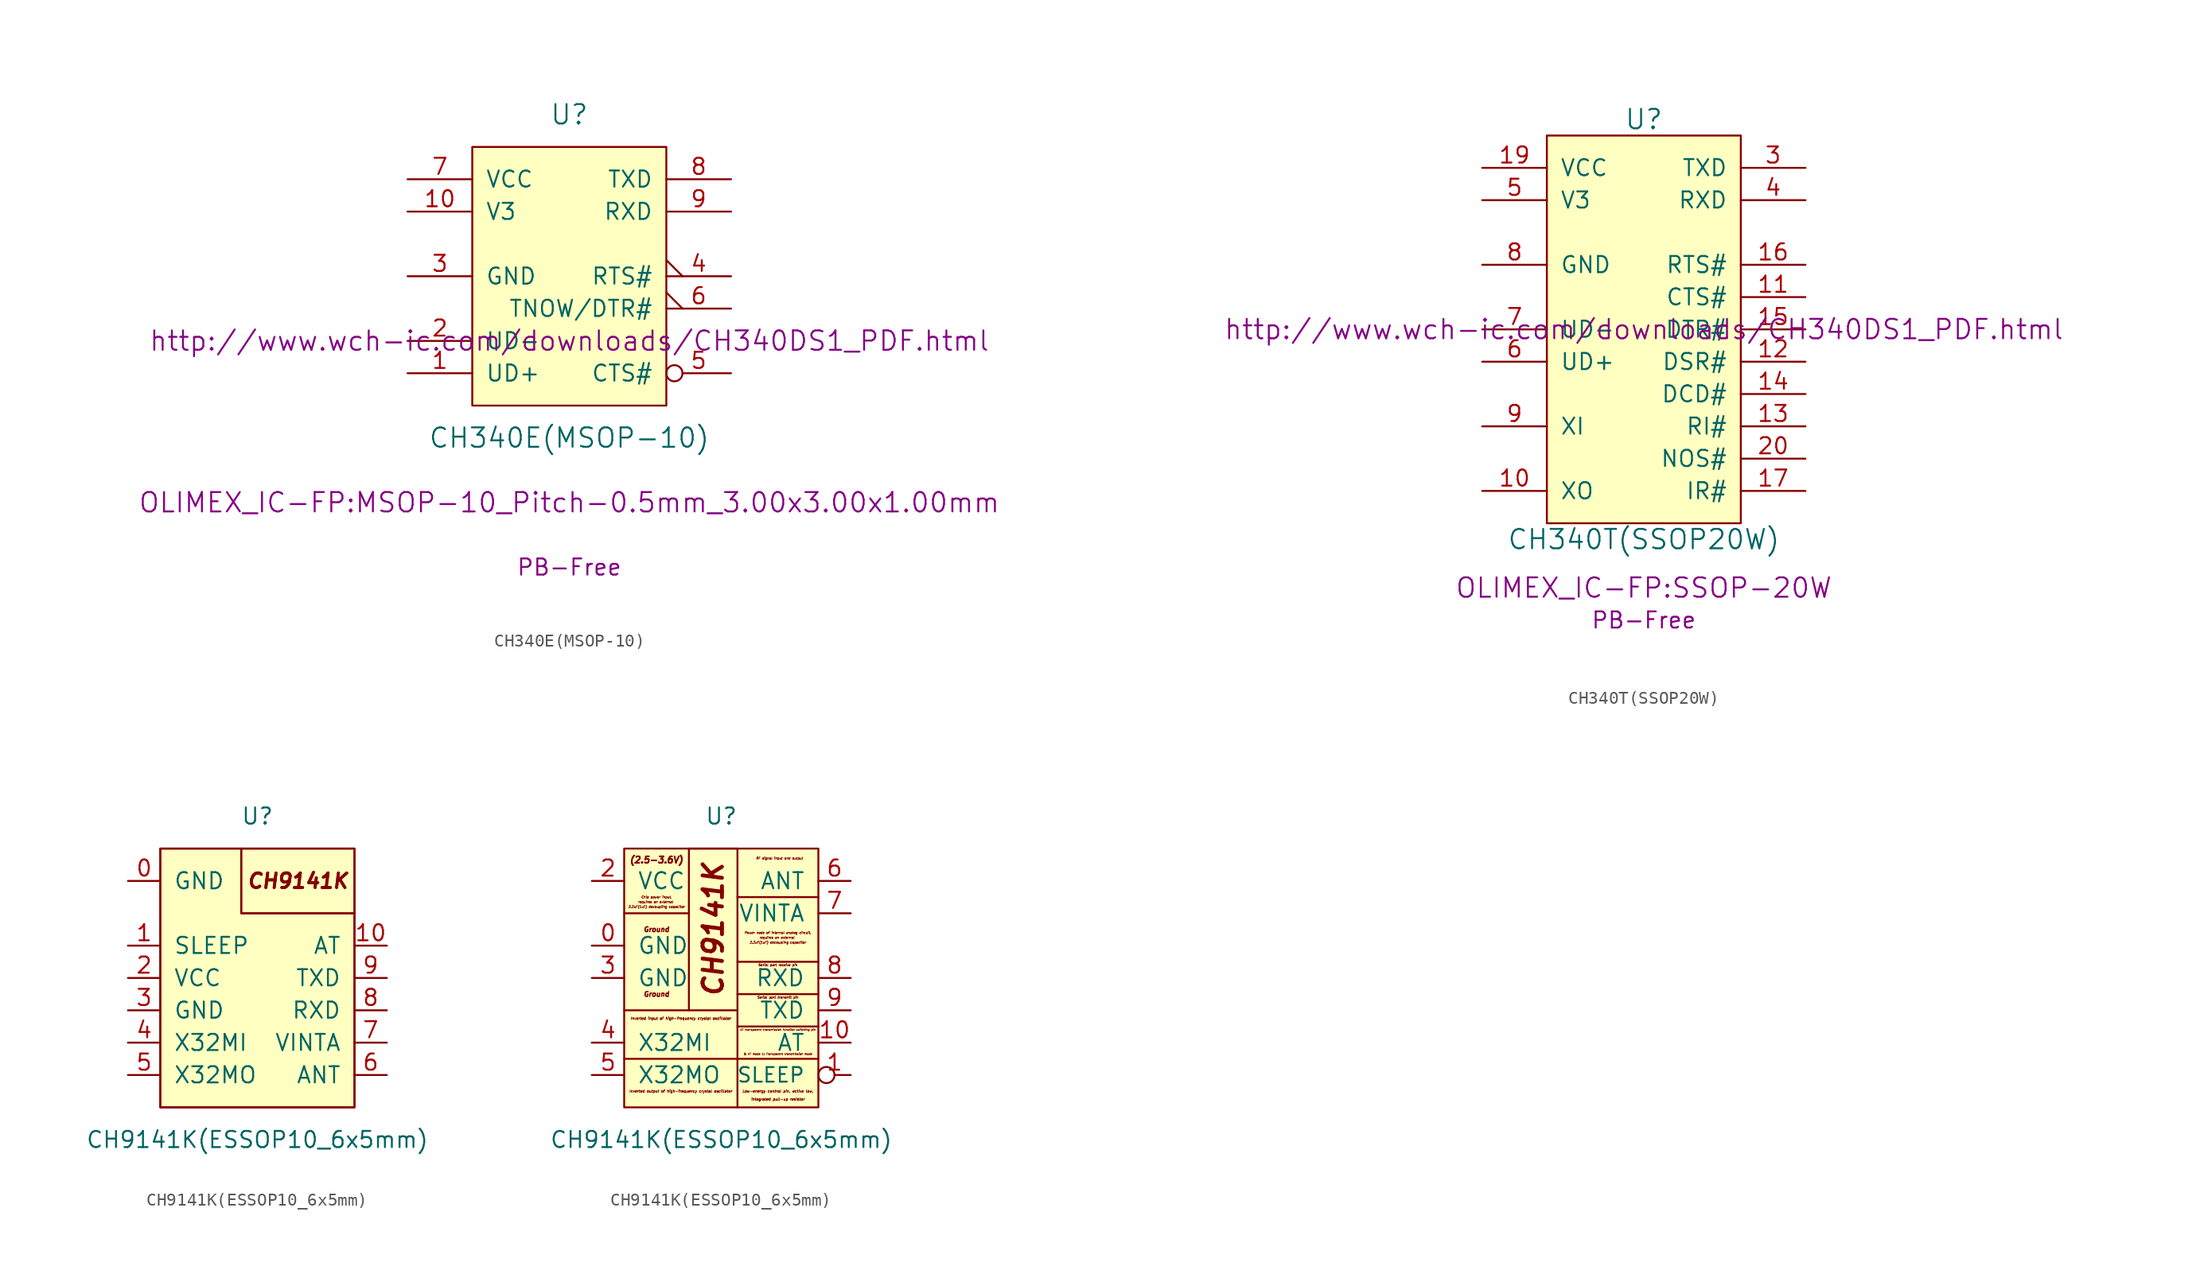
<source format=kicad_sym>
(kicad_symbol_lib
  (version 20220914)
  (generator kicad_symbol_editor)
  (symbol "CH340E(MSOP-10)"
    (pin_names
      (offset 1.016))
    (property "Reference" "U"
      (at 0 12.7 0)
      (effects (font (size 1.524 1.524))))
    (property "Value" "CH340E(MSOP-10)"
      (at 0 -12.7 0)
      (effects (font (size 1.524 1.524))))
    (property "Footprint" "OLIMEX_IC-FP:MSOP-10_Pitch-0.5mm_3.00x3.00x1.00mm"
      (at 0 -17.78 0)
      (effects (font (size 1.524 1.524))))
    (property "Datasheet" "http://www.wch-ic.com/downloads/CH340DS1_PDF.html"
      (at 0 -5.08 0)
      (effects (font (size 1.524 1.524))))
    (property "Note" "PB-Free"
      (at 0 -22.86 0)
      (effects (font (size 1.27 1.27))))
    (symbol "CH340E(MSOP-10)_0_1"
      (rectangle (start -7.62 10.16) (end 7.62 -10.16) (stroke (width 0) (type solid)) (fill (type background))))
    (symbol "CH340E(MSOP-10)_1_1"
      (pin bidirectional line (at -12.7 -7.62 0) (length 5.08) (name "UD+" (effects (font (size 1.27 1.27)))) (number "1" (effects (font (size 1.27 1.27)))))
      (pin power_in line (at -12.7 5.08 0) (length 5.08) (name "V3" (effects (font (size 1.27 1.27)))) (number "10" (effects (font (size 1.27 1.27)))))
      (pin bidirectional line (at -12.7 -5.08 0) (length 5.08) (name "UD-" (effects (font (size 1.27 1.27)))) (number "2" (effects (font (size 1.27 1.27)))))
      (pin power_in line (at -12.7 0 0) (length 5.08) (name "GND" (effects (font (size 1.27 1.27)))) (number "3" (effects (font (size 1.27 1.27)))))
      (pin output output_low (at 12.7 0 180) (length 5.08) (name "RTS#" (effects (font (size 1.27 1.27)))) (number "4" (effects (font (size 1.27 1.27)))))
      (pin input inverted (at 12.7 -7.62 180) (length 5.08) (name "CTS#" (effects (font (size 1.27 1.27)))) (number "5" (effects (font (size 1.27 1.27)))))
      (pin output output_low (at 12.7 -2.54 180) (length 5.08) (name "TNOW/DTR#" (effects (font (size 1.27 1.27)))) (number "6" (effects (font (size 1.27 1.27)))))
      (pin power_in line (at -12.7 7.62 0) (length 5.08) (name "VCC" (effects (font (size 1.27 1.27)))) (number "7" (effects (font (size 1.27 1.27)))))
      (pin output line (at 12.7 7.62 180) (length 5.08) (name "TXD" (effects (font (size 1.27 1.27)))) (number "8" (effects (font (size 1.27 1.27)))))
      (pin input line (at 12.7 5.08 180) (length 5.08) (name "RXD" (effects (font (size 1.27 1.27)))) (number "9" (effects (font (size 1.27 1.27)))))))
  (symbol "CH340T(SSOP20W)"
    (pin_names
      (offset 1.016))
    (property "Reference" "U"
      (at 0 16.51 0)
      (effects (font (size 1.524 1.524))))
    (property "Value" "CH340T(SSOP20W)"
      (at 0 -16.51 0)
      (effects (font (size 1.524 1.524))))
    (property "Footprint" "OLIMEX_IC-FP:SSOP-20W"
      (at 0 -20.32 0)
      (effects (font (size 1.524 1.524))))
    (property "Datasheet" "http://www.wch-ic.com/downloads/CH340DS1_PDF.html"
      (at 0 0 0)
      (effects (font (size 1.524 1.524))))
    (property "Note" "PB-Free"
      (at 0 -22.86 0)
      (effects (font (size 1.27 1.27))))
    (symbol "CH340T(SSOP20W)_0_1"
      (rectangle (start -7.62 15.24) (end 7.62 -15.24) (stroke (width 0) (type solid)) (fill (type background))))
    (symbol "CH340T(SSOP20W)_1_1"
      (pin output line (at -12.7 -12.7 0) (length 5.08) (name "XO" (effects (font (size 1.27 1.27)))) (number "10" (effects (font (size 1.27 1.27)))))
      (pin input line (at 12.7 2.54 180) (length 5.08) (name "CTS#" (effects (font (size 1.27 1.27)))) (number "11" (effects (font (size 1.27 1.27)))))
      (pin input line (at 12.7 -2.54 180) (length 5.08) (name "DSR#" (effects (font (size 1.27 1.27)))) (number "12" (effects (font (size 1.27 1.27)))))
      (pin input line (at 12.7 -7.62 180) (length 5.08) (name "RI#" (effects (font (size 1.27 1.27)))) (number "13" (effects (font (size 1.27 1.27)))))
      (pin input line (at 12.7 -5.08 180) (length 5.08) (name "DCD#" (effects (font (size 1.27 1.27)))) (number "14" (effects (font (size 1.27 1.27)))))
      (pin output line (at 12.7 0 180) (length 5.08) (name "DTR#" (effects (font (size 1.27 1.27)))) (number "15" (effects (font (size 1.27 1.27)))))
      (pin output line (at 12.7 5.08 180) (length 5.08) (name "RTS#" (effects (font (size 1.27 1.27)))) (number "16" (effects (font (size 1.27 1.27)))))
      (pin input line (at 12.7 -12.7 180) (length 5.08) (name "IR#" (effects (font (size 1.27 1.27)))) (number "17" (effects (font (size 1.27 1.27)))))
      (pin power_in line (at -12.7 12.7 0) (length 5.08) (name "VCC" (effects (font (size 1.27 1.27)))) (number "19" (effects (font (size 1.27 1.27)))))
      (pin input line (at 12.7 -10.16 180) (length 5.08) (name "NOS#" (effects (font (size 1.27 1.27)))) (number "20" (effects (font (size 1.27 1.27)))))
      (pin output line (at 12.7 12.7 180) (length 5.08) (name "TXD" (effects (font (size 1.27 1.27)))) (number "3" (effects (font (size 1.27 1.27)))))
      (pin input line (at 12.7 10.16 180) (length 5.08) (name "RXD" (effects (font (size 1.27 1.27)))) (number "4" (effects (font (size 1.27 1.27)))))
      (pin power_in line (at -12.7 10.16 0) (length 5.08) (name "V3" (effects (font (size 1.27 1.27)))) (number "5" (effects (font (size 1.27 1.27)))))
      (pin bidirectional line (at -12.7 -2.54 0) (length 5.08) (name "UD+" (effects (font (size 1.27 1.27)))) (number "6" (effects (font (size 1.27 1.27)))))
      (pin bidirectional line (at -12.7 0 0) (length 5.08) (name "UD-" (effects (font (size 1.27 1.27)))) (number "7" (effects (font (size 1.27 1.27)))))
      (pin power_in line (at -12.7 5.08 0) (length 5.08) (name "GND" (effects (font (size 1.27 1.27)))) (number "8" (effects (font (size 1.27 1.27)))))
      (pin input line (at -12.7 -7.62 0) (length 5.08) (name "XI" (effects (font (size 1.27 1.27)))) (number "9" (effects (font (size 1.27 1.27)))))))
  (symbol "CH9141K(ESSOP10_6x5mm)"
    (pin_names
      (offset 1.016))
    (property "Reference" "U"
      (at 0 12.7 0)
      (effects (font (size 1.27 1.27))))
    (property "Value" "CH9141K(ESSOP10_6x5mm)"
      (at 0 -12.7 0)
      (effects (font (size 1.27 1.27))))
    (symbol "CH9141K(ESSOP10_6x5mm)_0_1"
      (rectangle (start -7.62 10.16) (end 7.62 -10.16) (stroke (width 0) (type solid)) (fill (type background)))
      (rectangle (start -7.62 10.16) (end 7.62 -10.16) (stroke (width 0) (type solid)) (fill (type background))))
    (symbol "CH9141K(ESSOP10_6x5mm)_0_2"
      (polyline (pts (xy -7.62 -6.35) (xy 1.27 -6.35)) (stroke (width 0) (type solid)) (fill (type none)))
      (polyline (pts (xy 1.27 -2.54) (xy 1.27 -10.16)) (stroke (width 0) (type solid)) (fill (type none))))
    (symbol "CH9141K(ESSOP10_6x5mm)_1_1"
      (polyline (pts (xy -1.27 10.16) (xy -1.27 5.08) (xy 7.62 5.08)) (stroke (width 0) (type solid)) (fill (type none)))
      (polyline (pts (xy -1.27 10.16) (xy -1.27 5.08) (xy 7.62 5.08)) (stroke (width 0) (type solid)) (fill (type none)))
      (text "CH9141K" (at 3.175 7.62 0) (effects (font (size 1.143 1.143) bold italic)))
      (text "CH9141K" (at 3.175 7.62 0) (effects (font (size 1.143 1.143) bold italic)))
      (pin power_in line (at -10.16 7.62 0) (length 2.54) (name "GND" (effects (font (size 1.27 1.27)))) (number "0" (effects (font (size 1.27 1.27)))))
      (pin input line (at -10.16 2.54 0) (length 2.54) (name "SLEEP" (effects (font (size 1.27 1.27)))) (number "1" (effects (font (size 1.27 1.27)))))
      (pin input line (at 10.16 2.54 180) (length 2.54) (name "AT" (effects (font (size 1.27 1.27)))) (number "10" (effects (font (size 1.27 1.27)))))
      (pin power_in line (at -10.16 0 0) (length 2.54) (name "VCC" (effects (font (size 1.27 1.27)))) (number "2" (effects (font (size 1.27 1.27)))))
      (pin power_in line (at -10.16 -2.54 0) (length 2.54) (name "GND" (effects (font (size 1.27 1.27)))) (number "3" (effects (font (size 1.27 1.27)))))
      (pin input line (at -10.16 -5.08 0) (length 2.54) (name "X32MI" (effects (font (size 1.27 1.27)))) (number "4" (effects (font (size 1.27 1.27)))))
      (pin output line (at -10.16 -7.62 0) (length 2.54) (name "X32MO" (effects (font (size 1.27 1.27)))) (number "5" (effects (font (size 1.27 1.27)))))
      (pin bidirectional line (at 10.16 -7.62 180) (length 2.54) (name "ANT" (effects (font (size 1.27 1.27)))) (number "6" (effects (font (size 1.27 1.27)))))
      (pin passive line (at 10.16 -5.08 180) (length 2.54) (name "VINTA" (effects (font (size 1.27 1.27)))) (number "7" (effects (font (size 1.27 1.27)))))
      (pin input line (at 10.16 -2.54 180) (length 2.54) (name "RXD" (effects (font (size 1.27 1.27)))) (number "8" (effects (font (size 1.27 1.27)))))
      (pin output line (at 10.16 0 180) (length 2.54) (name "TXD" (effects (font (size 1.27 1.27)))) (number "9" (effects (font (size 1.27 1.27))))))
    (symbol "CH9141K(ESSOP10_6x5mm)_1_2"
      (rectangle (start -7.62 10.16) (end 7.62 -10.16) (stroke (width 0) (type solid)) (fill (type background)))
      (rectangle (start -2.54 10.16) (end 1.27 -2.54) (stroke (width 0) (type solid)) (fill (type none)))
      (polyline (pts (xy -7.62 -2.54) (xy -2.54 -2.54)) (stroke (width 0) (type solid)) (fill (type none)))
      (polyline (pts (xy -7.62 5.08) (xy -2.54 5.08)) (stroke (width 0) (type solid)) (fill (type none)))
      (polyline (pts (xy 1.27 -6.35) (xy 7.62 -6.35)) (stroke (width 0) (type solid)) (fill (type none)))
      (polyline (pts (xy 7.62 -3.81) (xy 1.27 -3.81)) (stroke (width 0) (type solid)) (fill (type none)))
      (polyline (pts (xy 7.62 -1.27) (xy 1.27 -1.27)) (stroke (width 0) (type solid)) (fill (type none)))
      (polyline (pts (xy 7.62 1.27) (xy 1.27 1.27)) (stroke (width 0) (type solid)) (fill (type none)))
      (polyline (pts (xy 7.62 6.35) (xy 1.27 6.35)) (stroke (width 0) (type solid)) (fill (type none)))
      (text "(2.5-3.6V)" (at -5.08 9.271 0) (effects (font (size 0.508 0.508) italic)))
      (text "0: AT mode 1: Transparent transmission mode" (at 4.445 -5.969 0) (effects (font (size 0.152 0.152) italic)))
      (text "2.2uF(1uF) decoupling capacitor" (at -5.08 5.588 0) (effects (font (size 0.178 0.178) italic)))
      (text "2.2uF(1uF) decoupling capacitor" (at 4.445 2.794 0) (effects (font (size 0.178 0.178) italic)))
      (text "AT transparent transmission function switching pin" (at 4.445 -4.064 0) (effects (font (size 0.152 0.152) italic)))
      (text "CH9141K" (at -0.635 3.81 900) (effects (font (size 1.524 1.524) bold italic)))
      (text "Chip power input," (at -5.08 6.35 0) (effects (font (size 0.178 0.178) italic)))
      (text "Ground" (at -5.08 -1.27 0) (effects (font (size 0.381 0.381) italic)))
      (text "Ground" (at -5.08 3.81 0) (effects (font (size 0.381 0.381) italic)))
      (text "integrated pull-up resistor" (at 4.445 -9.525 0) (effects (font (size 0.203 0.203) italic)))
      (text "Inverted input of high-frequency crystal oscillator" (at -3.175 -3.175 0) (effects (font (size 0.203 0.203) italic)))
      (text "Inverted output of high-frequency crystal oscillator" (at -3.175 -8.89 0) (effects (font (size 0.203 0.203) italic)))
      (text "Low-energy control pin, active low," (at 4.445 -8.89 0) (effects (font (size 0.203 0.203) italic)))
      (text "Power node of internal analog circuit," (at 4.445 3.556 0) (effects (font (size 0.178 0.178) italic)))
      (text "requires an external " (at -5.08 5.969 0) (effects (font (size 0.178 0.178) italic)))
      (text "requires an external " (at 4.445 3.175 0) (effects (font (size 0.178 0.178) italic)))
      (text "RF signal input and output" (at 4.572 9.398 0) (effects (font (size 0.178 0.178) italic)))
      (text "Serial port receive pin" (at 4.445 1.016 0) (effects (font (size 0.178 0.178) italic)))
      (text "Serial port transmit pin" (at 4.445 -1.524 0) (effects (font (size 0.178 0.178) italic)))
      (pin power_in line (at -10.16 2.54 0) (length 2.54) (name "GND" (effects (font (size 1.27 1.27)))) (number "0" (effects (font (size 1.27 1.27)))))
      (pin input inverted (at 10.16 -7.62 180) (length 2.54) (name "SLEEP" (effects (font (size 1.143 1.143)))) (number "1" (effects (font (size 1.27 1.27)))))
      (pin input line (at 10.16 -5.08 180) (length 2.54) (name "AT" (effects (font (size 1.27 1.27)))) (number "10" (effects (font (size 1.27 1.27)))))
      (pin power_in line (at -10.16 7.62 0) (length 2.54) (name "VCC" (effects (font (size 1.27 1.27)))) (number "2" (effects (font (size 1.27 1.27)))))
      (pin power_in line (at -10.16 0 0) (length 2.54) (name "GND" (effects (font (size 1.27 1.27)))) (number "3" (effects (font (size 1.27 1.27)))))
      (pin input line (at -10.16 -5.08 0) (length 2.54) (name "X32MI" (effects (font (size 1.27 1.27)))) (number "4" (effects (font (size 1.27 1.27)))))
      (pin output line (at -10.16 -7.62 0) (length 2.54) (name "X32MO" (effects (font (size 1.27 1.27)))) (number "5" (effects (font (size 1.27 1.27)))))
      (pin bidirectional line (at 10.16 7.62 180) (length 2.54) (name "ANT" (effects (font (size 1.27 1.27)))) (number "6" (effects (font (size 1.27 1.27)))))
      (pin passive line (at 10.16 5.08 180) (length 2.54) (name "VINTA" (effects (font (size 1.27 1.27)))) (number "7" (effects (font (size 1.27 1.27)))))
      (pin input line (at 10.16 0 180) (length 2.54) (name "RXD" (effects (font (size 1.27 1.27)))) (number "8" (effects (font (size 1.27 1.27)))))
      (pin output line (at 10.16 -2.54 180) (length 2.54) (name "TXD" (effects (font (size 1.27 1.27)))) (number "9" (effects (font (size 1.27 1.27))))))))
</source>
